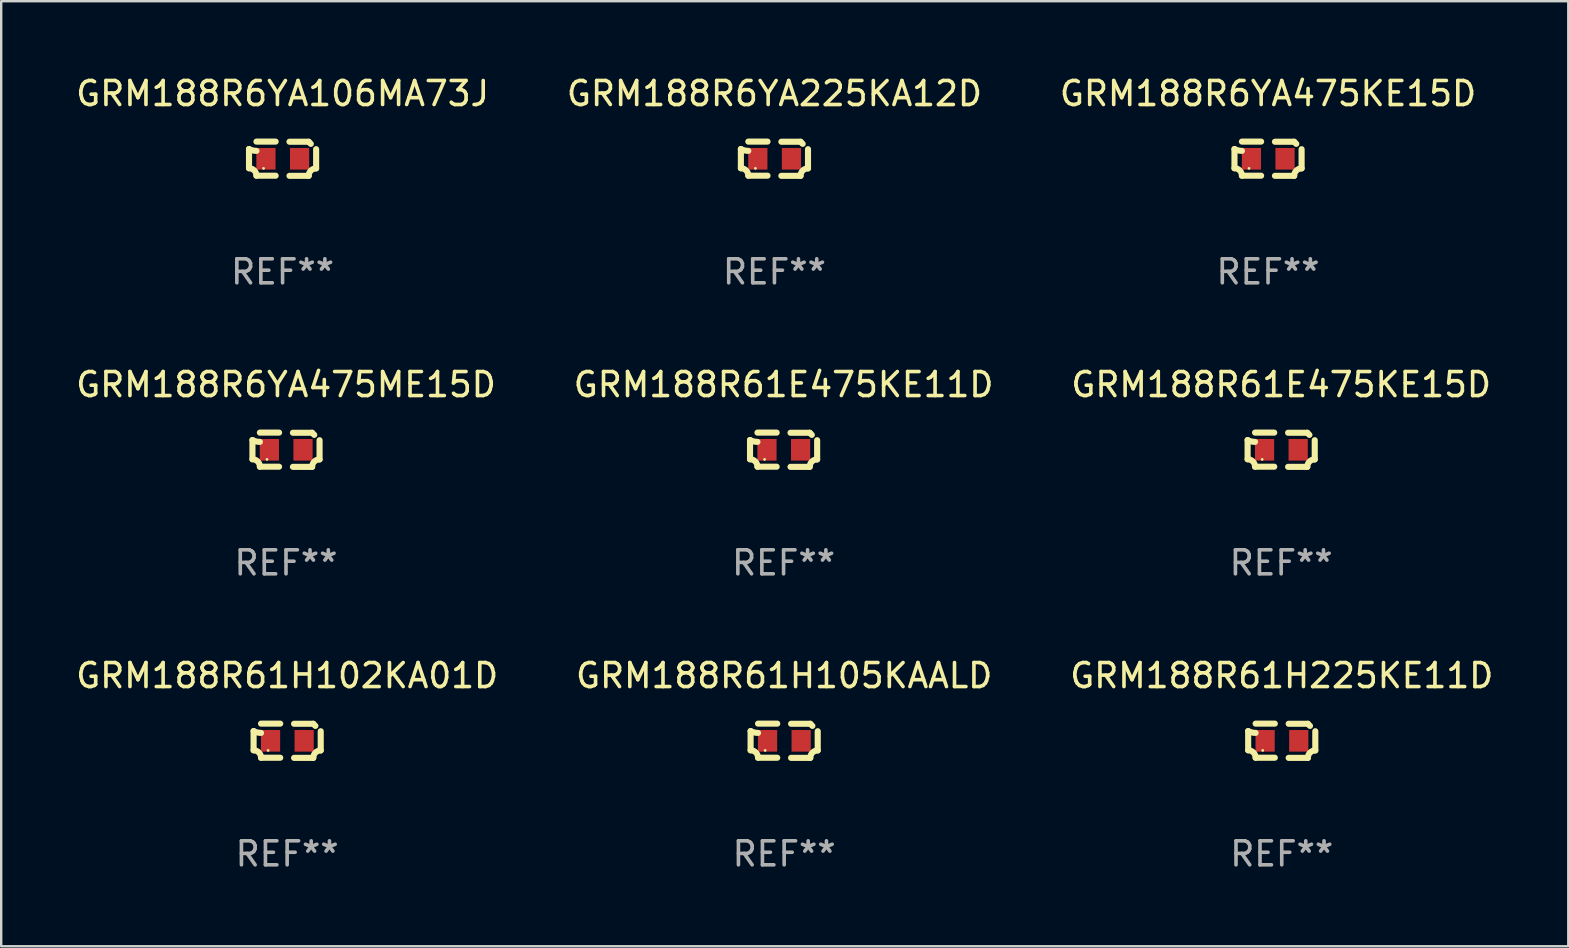
<source format=kicad_pcb>
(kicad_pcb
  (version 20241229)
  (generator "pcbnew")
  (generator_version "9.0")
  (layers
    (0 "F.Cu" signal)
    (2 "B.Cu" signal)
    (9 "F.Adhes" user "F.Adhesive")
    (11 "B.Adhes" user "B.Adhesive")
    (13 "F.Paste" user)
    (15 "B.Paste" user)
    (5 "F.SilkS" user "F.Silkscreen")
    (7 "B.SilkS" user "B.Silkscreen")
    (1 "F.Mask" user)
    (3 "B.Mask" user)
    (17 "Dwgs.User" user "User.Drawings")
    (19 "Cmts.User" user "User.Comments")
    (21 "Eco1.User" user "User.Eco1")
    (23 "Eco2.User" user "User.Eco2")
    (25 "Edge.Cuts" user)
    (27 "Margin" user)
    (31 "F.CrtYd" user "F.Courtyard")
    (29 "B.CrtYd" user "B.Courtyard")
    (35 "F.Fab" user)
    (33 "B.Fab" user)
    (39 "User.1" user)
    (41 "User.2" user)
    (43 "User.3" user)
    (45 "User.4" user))
  (footprint "GRM188R61H105KAALD"
    (layer "F.Cu")
    (at 29.613 27.805)
    (property "Reference" "GRM188R61H105KAALD" (at 0 -2.713 0) (layer "F.SilkS") (effects (font (size 1 1) (thickness 0.15))))
    (attr through_hole)
    (fp_line (start -1.398 -0.403) (end -1.398 0.397) (stroke (width 0.254) (type solid)) (layer "F.SilkS"))
    (fp_line (start -0.288 -0.713) (end -1.088 -0.713) (stroke (width 0.254) (type solid)) (layer "F.SilkS"))
    (fp_line (start -0.288 0.707) (end -1.088 0.707) (stroke (width 0.254) (type solid)) (layer "F.SilkS"))
    (fp_line (start 0.288 -0.707) (end 1.088 -0.707) (stroke (width 0.254) (type solid)) (layer "F.SilkS"))
    (fp_line (start 0.288 0.713) (end 1.088 0.713) (stroke (width 0.254) (type solid)) (layer "F.SilkS"))
    (fp_line (start 1.398 -0.397) (end 1.398 0.403) (stroke (width 0.254) (type solid)) (layer "F.SilkS"))
    (fp_arc (start -1.397789 0.397066) (mid -1.178701 0.487826) (end -1.08796 0.706922) (stroke (width 0.254001) (type solid)) (layer "F.SilkS"))
    (fp_arc (start -1.08796 -0.327176) (mid -1.247436 -0.346384) (end -1.39779 -0.402908) (stroke (width 0.254001) (type solid)) (layer "F.SilkS"))
    (fp_arc (start 1.087909 0.712738) (mid 1.178656 0.493655) (end 1.397739 0.402908) (stroke (width 0.254001) (type solid)) (layer "F.SilkS"))
    (fp_arc (start 1.175925 -0.618926) (mid 1.131917 -0.662923) (end 1.08791 -0.706922) (stroke (width 0.254001) (type solid)) (layer "F.SilkS"))
    (fp_circle (center -0.792 0.403) (end -0.762 0.403) (stroke (width 0.06) (type solid)) (fill no) (layer "F.SilkS"))
    (fp_text user "REF**" (at 0 4.713 0) (layer "F.Fab") (effects (font (size 1 1) (thickness 0.15))))
    (pad "1" smd rect (at -0.692 0.003) (size 0.8 0.9) (layers "F.Cu" "F.Mask" "F.Paste"))
    (pad "2" smd rect (at 0.708 0.003) (size 0.8 0.9) (layers "F.Cu" "F.Mask" "F.Paste")))
  (footprint "GRM188R6YA106MA73J"
    (layer "F.Cu")
    (at 8.72 3.561)
    (property "Reference" "GRM188R6YA106MA73J" (at 0 -2.713 0) (layer "F.SilkS") (effects (font (size 1 1) (thickness 0.15))))
    (attr through_hole)
    (fp_line (start -1.398 -0.403) (end -1.398 0.397) (stroke (width 0.254) (type solid)) (layer "F.SilkS"))
    (fp_line (start -0.288 -0.713) (end -1.088 -0.713) (stroke (width 0.254) (type solid)) (layer "F.SilkS"))
    (fp_line (start -0.288 0.707) (end -1.088 0.707) (stroke (width 0.254) (type solid)) (layer "F.SilkS"))
    (fp_line (start 0.288 -0.707) (end 1.088 -0.707) (stroke (width 0.254) (type solid)) (layer "F.SilkS"))
    (fp_line (start 0.288 0.713) (end 1.088 0.713) (stroke (width 0.254) (type solid)) (layer "F.SilkS"))
    (fp_line (start 1.398 -0.397) (end 1.398 0.403) (stroke (width 0.254) (type solid)) (layer "F.SilkS"))
    (fp_arc (start -1.397789 0.397066) (mid -1.178701 0.487826) (end -1.08796 0.706922) (stroke (width 0.254001) (type solid)) (layer "F.SilkS"))
    (fp_arc (start -1.08796 -0.327176) (mid -1.247436 -0.346384) (end -1.39779 -0.402908) (stroke (width 0.254001) (type solid)) (layer "F.SilkS"))
    (fp_arc (start 1.087909 0.712738) (mid 1.178656 0.493655) (end 1.397739 0.402908) (stroke (width 0.254001) (type solid)) (layer "F.SilkS"))
    (fp_arc (start 1.175925 -0.618926) (mid 1.131917 -0.662923) (end 1.08791 -0.706922) (stroke (width 0.254001) (type solid)) (layer "F.SilkS"))
    (fp_circle (center -0.792 0.403) (end -0.762 0.403) (stroke (width 0.06) (type solid)) (fill no) (layer "F.SilkS"))
    (fp_text user "REF**" (at 0 4.713 0) (layer "F.Fab") (effects (font (size 1 1) (thickness 0.15))))
    (pad "1" smd rect (at -0.692 0.003) (size 0.8 0.9) (layers "F.Cu" "F.Mask" "F.Paste"))
    (pad "2" smd rect (at 0.708 0.003) (size 0.8 0.9) (layers "F.Cu" "F.Mask" "F.Paste")))
  (footprint "GRM188R61E475KE15D"
    (layer "F.Cu")
    (at 50.315 15.683)
    (property "Reference" "GRM188R61E475KE15D" (at 0 -2.713 0) (layer "F.SilkS") (effects (font (size 1 1) (thickness 0.15))))
    (attr through_hole)
    (fp_line (start -1.398 -0.403) (end -1.398 0.397) (stroke (width 0.254) (type solid)) (layer "F.SilkS"))
    (fp_line (start -0.288 -0.713) (end -1.088 -0.713) (stroke (width 0.254) (type solid)) (layer "F.SilkS"))
    (fp_line (start -0.288 0.707) (end -1.088 0.707) (stroke (width 0.254) (type solid)) (layer "F.SilkS"))
    (fp_line (start 0.288 -0.707) (end 1.088 -0.707) (stroke (width 0.254) (type solid)) (layer "F.SilkS"))
    (fp_line (start 0.288 0.713) (end 1.088 0.713) (stroke (width 0.254) (type solid)) (layer "F.SilkS"))
    (fp_line (start 1.398 -0.397) (end 1.398 0.403) (stroke (width 0.254) (type solid)) (layer "F.SilkS"))
    (fp_arc (start -1.397789 0.397066) (mid -1.178701 0.487826) (end -1.08796 0.706922) (stroke (width 0.254001) (type solid)) (layer "F.SilkS"))
    (fp_arc (start -1.08796 -0.327176) (mid -1.247436 -0.346384) (end -1.39779 -0.402908) (stroke (width 0.254001) (type solid)) (layer "F.SilkS"))
    (fp_arc (start 1.087909 0.712738) (mid 1.178656 0.493655) (end 1.397739 0.402908) (stroke (width 0.254001) (type solid)) (layer "F.SilkS"))
    (fp_arc (start 1.175925 -0.618926) (mid 1.131917 -0.662923) (end 1.08791 -0.706922) (stroke (width 0.254001) (type solid)) (layer "F.SilkS"))
    (fp_circle (center -0.792 0.403) (end -0.762 0.403) (stroke (width 0.06) (type solid)) (fill no) (layer "F.SilkS"))
    (fp_text user "REF**" (at 0 4.713 0) (layer "F.Fab") (effects (font (size 1 1) (thickness 0.15))))
    (pad "1" smd rect (at -0.692 0.003) (size 0.8 0.9) (layers "F.Cu" "F.Mask" "F.Paste"))
    (pad "2" smd rect (at 0.708 0.003) (size 0.8 0.9) (layers "F.Cu" "F.Mask" "F.Paste")))
  (footprint "GRM188R6YA475KE15D"
    (layer "F.Cu")
    (at 49.768 3.561)
    (property "Reference" "GRM188R6YA475KE15D" (at 0 -2.713 0) (layer "F.SilkS") (effects (font (size 1 1) (thickness 0.15))))
    (attr through_hole)
    (fp_line (start -1.398 -0.403) (end -1.398 0.397) (stroke (width 0.254) (type solid)) (layer "F.SilkS"))
    (fp_line (start -0.288 -0.713) (end -1.088 -0.713) (stroke (width 0.254) (type solid)) (layer "F.SilkS"))
    (fp_line (start -0.288 0.707) (end -1.088 0.707) (stroke (width 0.254) (type solid)) (layer "F.SilkS"))
    (fp_line (start 0.288 -0.707) (end 1.088 -0.707) (stroke (width 0.254) (type solid)) (layer "F.SilkS"))
    (fp_line (start 0.288 0.713) (end 1.088 0.713) (stroke (width 0.254) (type solid)) (layer "F.SilkS"))
    (fp_line (start 1.398 -0.397) (end 1.398 0.403) (stroke (width 0.254) (type solid)) (layer "F.SilkS"))
    (fp_arc (start -1.397789 0.397066) (mid -1.178701 0.487826) (end -1.08796 0.706922) (stroke (width 0.254001) (type solid)) (layer "F.SilkS"))
    (fp_arc (start -1.08796 -0.327176) (mid -1.247436 -0.346384) (end -1.39779 -0.402908) (stroke (width 0.254001) (type solid)) (layer "F.SilkS"))
    (fp_arc (start 1.087909 0.712738) (mid 1.178656 0.493655) (end 1.397739 0.402908) (stroke (width 0.254001) (type solid)) (layer "F.SilkS"))
    (fp_arc (start 1.175925 -0.618926) (mid 1.131917 -0.662923) (end 1.08791 -0.706922) (stroke (width 0.254001) (type solid)) (layer "F.SilkS"))
    (fp_circle (center -0.792 0.403) (end -0.762 0.403) (stroke (width 0.06) (type solid)) (fill no) (layer "F.SilkS"))
    (fp_text user "REF**" (at 0 4.713 0) (layer "F.Fab") (effects (font (size 1 1) (thickness 0.15))))
    (pad "1" smd rect (at -0.692 0.003) (size 0.8 0.9) (layers "F.Cu" "F.Mask" "F.Paste"))
    (pad "2" smd rect (at 0.708 0.003) (size 0.8 0.9) (layers "F.Cu" "F.Mask" "F.Paste")))
  (footprint "GRM188R6YA475ME15D"
    (layer "F.Cu")
    (at 8.863 15.683)
    (property "Reference" "GRM188R6YA475ME15D" (at 0 -2.713 0) (layer "F.SilkS") (effects (font (size 1 1) (thickness 0.15))))
    (attr through_hole)
    (fp_line (start -1.398 -0.403) (end -1.398 0.397) (stroke (width 0.254) (type solid)) (layer "F.SilkS"))
    (fp_line (start -0.288 -0.713) (end -1.088 -0.713) (stroke (width 0.254) (type solid)) (layer "F.SilkS"))
    (fp_line (start -0.288 0.707) (end -1.088 0.707) (stroke (width 0.254) (type solid)) (layer "F.SilkS"))
    (fp_line (start 0.288 -0.707) (end 1.088 -0.707) (stroke (width 0.254) (type solid)) (layer "F.SilkS"))
    (fp_line (start 0.288 0.713) (end 1.088 0.713) (stroke (width 0.254) (type solid)) (layer "F.SilkS"))
    (fp_line (start 1.398 -0.397) (end 1.398 0.403) (stroke (width 0.254) (type solid)) (layer "F.SilkS"))
    (fp_arc (start -1.397789 0.397066) (mid -1.178701 0.487826) (end -1.08796 0.706922) (stroke (width 0.254001) (type solid)) (layer "F.SilkS"))
    (fp_arc (start -1.08796 -0.327176) (mid -1.247436 -0.346384) (end -1.39779 -0.402908) (stroke (width 0.254001) (type solid)) (layer "F.SilkS"))
    (fp_arc (start 1.087909 0.712738) (mid 1.178656 0.493655) (end 1.397739 0.402908) (stroke (width 0.254001) (type solid)) (layer "F.SilkS"))
    (fp_arc (start 1.175925 -0.618926) (mid 1.131917 -0.662923) (end 1.08791 -0.706922) (stroke (width 0.254001) (type solid)) (layer "F.SilkS"))
    (fp_circle (center -0.792 0.403) (end -0.762 0.403) (stroke (width 0.06) (type solid)) (fill no) (layer "F.SilkS"))
    (fp_text user "REF**" (at 0 4.713 0) (layer "F.Fab") (effects (font (size 1 1) (thickness 0.15))))
    (pad "1" smd rect (at -0.692 0.003) (size 0.8 0.9) (layers "F.Cu" "F.Mask" "F.Paste"))
    (pad "2" smd rect (at 0.708 0.003) (size 0.8 0.9) (layers "F.Cu" "F.Mask" "F.Paste")))
  (footprint "GRM188R6YA225KA12D"
    (layer "F.Cu")
    (at 29.208 3.561)
    (property "Reference" "GRM188R6YA225KA12D" (at 0 -2.713 0) (layer "F.SilkS") (effects (font (size 1 1) (thickness 0.15))))
    (attr through_hole)
    (fp_line (start -1.398 -0.403) (end -1.398 0.397) (stroke (width 0.254) (type solid)) (layer "F.SilkS"))
    (fp_line (start -0.288 -0.713) (end -1.088 -0.713) (stroke (width 0.254) (type solid)) (layer "F.SilkS"))
    (fp_line (start -0.288 0.707) (end -1.088 0.707) (stroke (width 0.254) (type solid)) (layer "F.SilkS"))
    (fp_line (start 0.288 -0.707) (end 1.088 -0.707) (stroke (width 0.254) (type solid)) (layer "F.SilkS"))
    (fp_line (start 0.288 0.713) (end 1.088 0.713) (stroke (width 0.254) (type solid)) (layer "F.SilkS"))
    (fp_line (start 1.398 -0.397) (end 1.398 0.403) (stroke (width 0.254) (type solid)) (layer "F.SilkS"))
    (fp_arc (start -1.397789 0.397066) (mid -1.178701 0.487826) (end -1.08796 0.706922) (stroke (width 0.254001) (type solid)) (layer "F.SilkS"))
    (fp_arc (start -1.08796 -0.327176) (mid -1.247436 -0.346384) (end -1.39779 -0.402908) (stroke (width 0.254001) (type solid)) (layer "F.SilkS"))
    (fp_arc (start 1.087909 0.712738) (mid 1.178656 0.493655) (end 1.397739 0.402908) (stroke (width 0.254001) (type solid)) (layer "F.SilkS"))
    (fp_arc (start 1.175925 -0.618926) (mid 1.131917 -0.662923) (end 1.08791 -0.706922) (stroke (width 0.254001) (type solid)) (layer "F.SilkS"))
    (fp_circle (center -0.792 0.403) (end -0.762 0.403) (stroke (width 0.06) (type solid)) (fill no) (layer "F.SilkS"))
    (fp_text user "REF**" (at 0 4.713 0) (layer "F.Fab") (effects (font (size 1 1) (thickness 0.15))))
    (pad "1" smd rect (at -0.692 0.003) (size 0.8 0.9) (layers "F.Cu" "F.Mask" "F.Paste"))
    (pad "2" smd rect (at 0.708 0.003) (size 0.8 0.9) (layers "F.Cu" "F.Mask" "F.Paste")))
  (footprint "GRM188R61E475KE11D"
    (layer "F.Cu")
    (at 29.589 15.683)
    (property "Reference" "GRM188R61E475KE11D" (at 0 -2.713 0) (layer "F.SilkS") (effects (font (size 1 1) (thickness 0.15))))
    (attr through_hole)
    (fp_line (start -1.398 -0.403) (end -1.398 0.397) (stroke (width 0.254) (type solid)) (layer "F.SilkS"))
    (fp_line (start -0.288 -0.713) (end -1.088 -0.713) (stroke (width 0.254) (type solid)) (layer "F.SilkS"))
    (fp_line (start -0.288 0.707) (end -1.088 0.707) (stroke (width 0.254) (type solid)) (layer "F.SilkS"))
    (fp_line (start 0.288 -0.707) (end 1.088 -0.707) (stroke (width 0.254) (type solid)) (layer "F.SilkS"))
    (fp_line (start 0.288 0.713) (end 1.088 0.713) (stroke (width 0.254) (type solid)) (layer "F.SilkS"))
    (fp_line (start 1.398 -0.397) (end 1.398 0.403) (stroke (width 0.254) (type solid)) (layer "F.SilkS"))
    (fp_arc (start -1.397789 0.397066) (mid -1.178701 0.487826) (end -1.08796 0.706922) (stroke (width 0.254001) (type solid)) (layer "F.SilkS"))
    (fp_arc (start -1.08796 -0.327176) (mid -1.247436 -0.346384) (end -1.39779 -0.402908) (stroke (width 0.254001) (type solid)) (layer "F.SilkS"))
    (fp_arc (start 1.087909 0.712738) (mid 1.178656 0.493655) (end 1.397739 0.402908) (stroke (width 0.254001) (type solid)) (layer "F.SilkS"))
    (fp_arc (start 1.175925 -0.618926) (mid 1.131917 -0.662923) (end 1.08791 -0.706922) (stroke (width 0.254001) (type solid)) (layer "F.SilkS"))
    (fp_circle (center -0.792 0.403) (end -0.762 0.403) (stroke (width 0.06) (type solid)) (fill no) (layer "F.SilkS"))
    (fp_text user "REF**" (at 0 4.713 0) (layer "F.Fab") (effects (font (size 1 1) (thickness 0.15))))
    (pad "1" smd rect (at -0.692 0.003) (size 0.8 0.9) (layers "F.Cu" "F.Mask" "F.Paste"))
    (pad "2" smd rect (at 0.708 0.003) (size 0.8 0.9) (layers "F.Cu" "F.Mask" "F.Paste")))
  (footprint "GRM188R61H225KE11D"
    (layer "F.Cu")
    (at 50.339 27.805)
    (property "Reference" "GRM188R61H225KE11D" (at 0 -2.713 0) (layer "F.SilkS") (effects (font (size 1 1) (thickness 0.15))))
    (attr through_hole)
    (fp_line (start -1.398 -0.403) (end -1.398 0.397) (stroke (width 0.254) (type solid)) (layer "F.SilkS"))
    (fp_line (start -0.288 -0.713) (end -1.088 -0.713) (stroke (width 0.254) (type solid)) (layer "F.SilkS"))
    (fp_line (start -0.288 0.707) (end -1.088 0.707) (stroke (width 0.254) (type solid)) (layer "F.SilkS"))
    (fp_line (start 0.288 -0.707) (end 1.088 -0.707) (stroke (width 0.254) (type solid)) (layer "F.SilkS"))
    (fp_line (start 0.288 0.713) (end 1.088 0.713) (stroke (width 0.254) (type solid)) (layer "F.SilkS"))
    (fp_line (start 1.398 -0.397) (end 1.398 0.403) (stroke (width 0.254) (type solid)) (layer "F.SilkS"))
    (fp_arc (start -1.397789 0.397066) (mid -1.178701 0.487826) (end -1.08796 0.706922) (stroke (width 0.254001) (type solid)) (layer "F.SilkS"))
    (fp_arc (start -1.08796 -0.327176) (mid -1.247436 -0.346384) (end -1.39779 -0.402908) (stroke (width 0.254001) (type solid)) (layer "F.SilkS"))
    (fp_arc (start 1.087909 0.712738) (mid 1.178656 0.493655) (end 1.397739 0.402908) (stroke (width 0.254001) (type solid)) (layer "F.SilkS"))
    (fp_arc (start 1.175925 -0.618926) (mid 1.131917 -0.662923) (end 1.08791 -0.706922) (stroke (width 0.254001) (type solid)) (layer "F.SilkS"))
    (fp_circle (center -0.792 0.403) (end -0.762 0.403) (stroke (width 0.06) (type solid)) (fill no) (layer "F.SilkS"))
    (fp_text user "REF**" (at 0 4.713 0) (layer "F.Fab") (effects (font (size 1 1) (thickness 0.15))))
    (pad "1" smd rect (at -0.692 0.003) (size 0.8 0.9) (layers "F.Cu" "F.Mask" "F.Paste"))
    (pad "2" smd rect (at 0.708 0.003) (size 0.8 0.9) (layers "F.Cu" "F.Mask" "F.Paste")))
  (footprint "GRM188R61H102KA01D"
    (layer "F.Cu")
    (at 8.911 27.805)
    (property "Reference" "GRM188R61H102KA01D" (at 0 -2.713 0) (layer "F.SilkS") (effects (font (size 1 1) (thickness 0.15))))
    (attr through_hole)
    (fp_line (start -1.398 -0.403) (end -1.398 0.397) (stroke (width 0.254) (type solid)) (layer "F.SilkS"))
    (fp_line (start -0.288 -0.713) (end -1.088 -0.713) (stroke (width 0.254) (type solid)) (layer "F.SilkS"))
    (fp_line (start -0.288 0.707) (end -1.088 0.707) (stroke (width 0.254) (type solid)) (layer "F.SilkS"))
    (fp_line (start 0.288 -0.707) (end 1.088 -0.707) (stroke (width 0.254) (type solid)) (layer "F.SilkS"))
    (fp_line (start 0.288 0.713) (end 1.088 0.713) (stroke (width 0.254) (type solid)) (layer "F.SilkS"))
    (fp_line (start 1.398 -0.397) (end 1.398 0.403) (stroke (width 0.254) (type solid)) (layer "F.SilkS"))
    (fp_arc (start -1.397789 0.397066) (mid -1.178701 0.487826) (end -1.08796 0.706922) (stroke (width 0.254001) (type solid)) (layer "F.SilkS"))
    (fp_arc (start -1.08796 -0.327176) (mid -1.247436 -0.346384) (end -1.39779 -0.402908) (stroke (width 0.254001) (type solid)) (layer "F.SilkS"))
    (fp_arc (start 1.087909 0.712738) (mid 1.178656 0.493655) (end 1.397739 0.402908) (stroke (width 0.254001) (type solid)) (layer "F.SilkS"))
    (fp_arc (start 1.175925 -0.618926) (mid 1.131917 -0.662923) (end 1.08791 -0.706922) (stroke (width 0.254001) (type solid)) (layer "F.SilkS"))
    (fp_circle (center -0.792 0.403) (end -0.762 0.403) (stroke (width 0.06) (type solid)) (fill no) (layer "F.SilkS"))
    (fp_text user "REF**" (at 0 4.713 0) (layer "F.Fab") (effects (font (size 1 1) (thickness 0.15))))
    (pad "1" smd rect (at -0.692 0.003) (size 0.8 0.9) (layers "F.Cu" "F.Mask" "F.Paste"))
    (pad "2" smd rect (at 0.708 0.003) (size 0.8 0.9) (layers "F.Cu" "F.Mask" "F.Paste")))
  (gr_rect
    (start -3 -3)
    (end 62.274 36.366)
    (stroke (width 0.1) (type default))
    (fill no)
    (layer "Edge.Cuts")))
</source>
